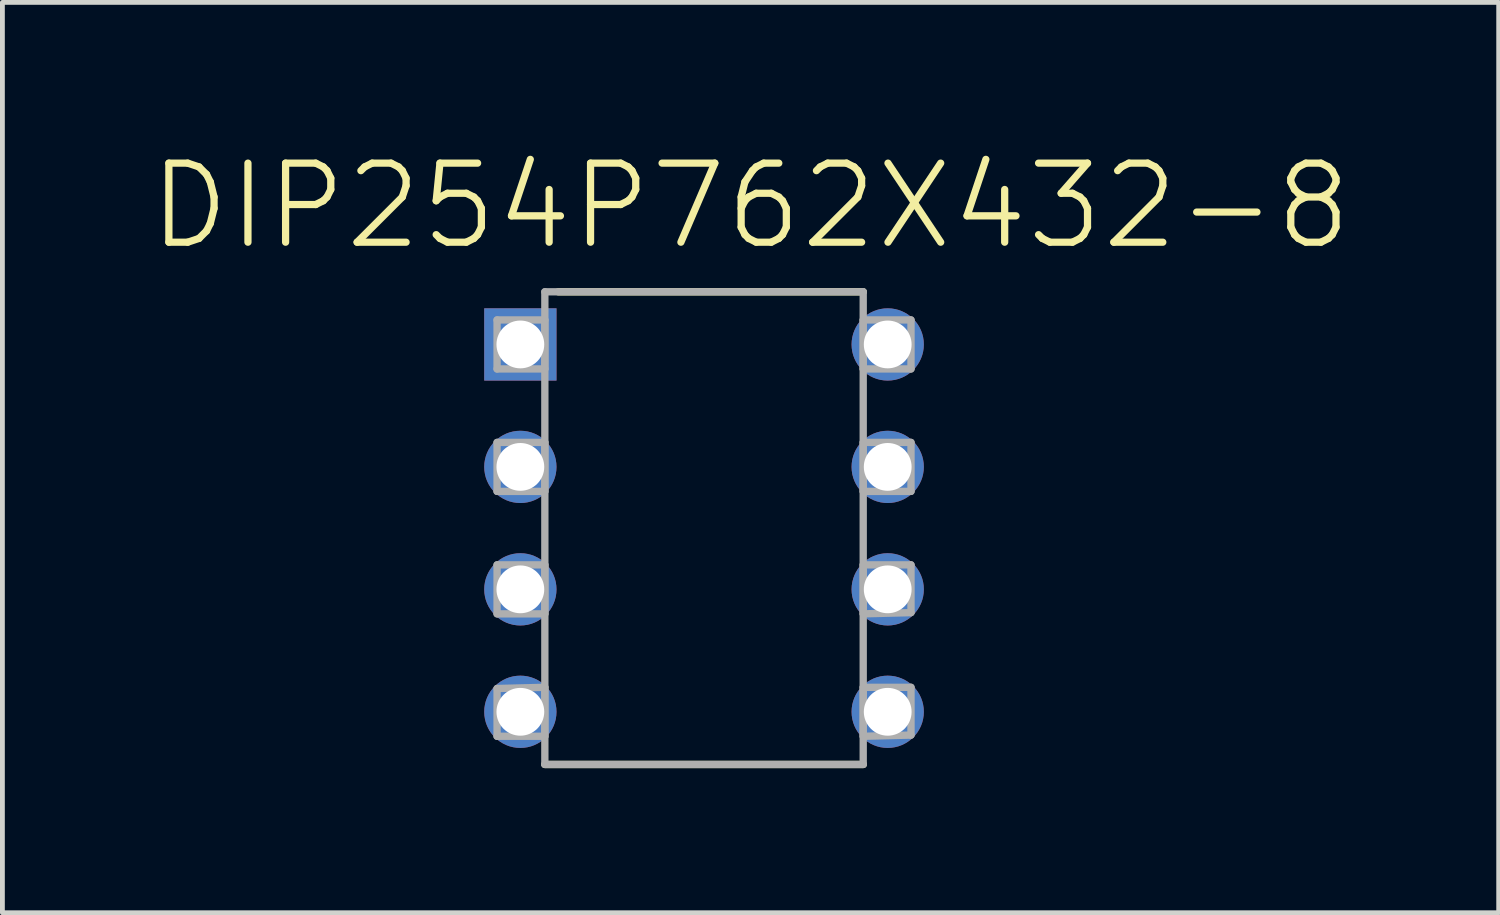
<source format=kicad_pcb>
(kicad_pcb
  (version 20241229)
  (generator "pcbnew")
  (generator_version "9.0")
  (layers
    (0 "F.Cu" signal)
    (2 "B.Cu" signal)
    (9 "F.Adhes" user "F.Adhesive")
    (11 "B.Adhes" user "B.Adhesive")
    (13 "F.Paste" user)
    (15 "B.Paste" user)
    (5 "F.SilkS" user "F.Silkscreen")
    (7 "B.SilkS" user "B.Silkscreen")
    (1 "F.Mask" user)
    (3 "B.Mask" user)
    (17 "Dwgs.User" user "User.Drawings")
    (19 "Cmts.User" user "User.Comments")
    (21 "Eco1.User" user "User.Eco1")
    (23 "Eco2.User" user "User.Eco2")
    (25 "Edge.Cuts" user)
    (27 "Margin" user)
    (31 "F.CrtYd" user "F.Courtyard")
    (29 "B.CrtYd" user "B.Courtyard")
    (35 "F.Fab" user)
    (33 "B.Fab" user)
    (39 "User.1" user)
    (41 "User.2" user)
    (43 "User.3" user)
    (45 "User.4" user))
  (footprint "DIP254P762X432-8"
    (layer "F.Cu")
    (at 15.364 11.715)
    (property "Reference" "DIP254P762X432-8" (at -2.845 -10.492 0) (layer "F.SilkS") (effects (font (size 1.64 1.64) (thickness 0.15))))
    (attr through_hole)
    (fp_line (start -7.112 1.092) (end -0.508 1.092) (stroke (width 0.152) (type solid)) (layer "F.SilkS"))
    (fp_line (start -0.508 -8.712) (end -6.833 -8.712) (stroke (width 0.152) (type solid)) (layer "F.SilkS"))
    (fp_line (start -8.103 -8.128) (end -8.103 -7.112) (stroke (width 0.152) (type solid)) (layer "F.Fab"))
    (fp_line (start -8.103 -7.112) (end -7.112 -7.112) (stroke (width 0.152) (type solid)) (layer "F.Fab"))
    (fp_line (start -8.103 -5.588) (end -8.103 -4.572) (stroke (width 0.152) (type solid)) (layer "F.Fab"))
    (fp_line (start -8.103 -4.572) (end -7.112 -4.572) (stroke (width 0.152) (type solid)) (layer "F.Fab"))
    (fp_line (start -8.103 -3.048) (end -8.103 -2.032) (stroke (width 0.152) (type solid)) (layer "F.Fab"))
    (fp_line (start -8.103 -2.032) (end -7.112 -2.032) (stroke (width 0.152) (type solid)) (layer "F.Fab"))
    (fp_line (start -8.103 -0.483) (end -8.103 0.508) (stroke (width 0.152) (type solid)) (layer "F.Fab"))
    (fp_line (start -8.103 0.508) (end -7.112 0.508) (stroke (width 0.152) (type solid)) (layer "F.Fab"))
    (fp_line (start -7.112 -8.712) (end -7.112 1.092) (stroke (width 0.152) (type solid)) (layer "F.Fab"))
    (fp_line (start -7.112 -8.128) (end -8.103 -8.128) (stroke (width 0.152) (type solid)) (layer "F.Fab"))
    (fp_line (start -7.112 -7.112) (end -7.112 -8.128) (stroke (width 0.152) (type solid)) (layer "F.Fab"))
    (fp_line (start -7.112 -5.588) (end -8.103 -5.588) (stroke (width 0.152) (type solid)) (layer "F.Fab"))
    (fp_line (start -7.112 -4.572) (end -7.112 -5.588) (stroke (width 0.152) (type solid)) (layer "F.Fab"))
    (fp_line (start -7.112 -3.048) (end -8.103 -3.048) (stroke (width 0.152) (type solid)) (layer "F.Fab"))
    (fp_line (start -7.112 -2.032) (end -7.112 -3.048) (stroke (width 0.152) (type solid)) (layer "F.Fab"))
    (fp_line (start -7.112 -0.508) (end -8.103 -0.483) (stroke (width 0.152) (type solid)) (layer "F.Fab"))
    (fp_line (start -7.112 0.508) (end -7.112 -0.508) (stroke (width 0.152) (type solid)) (layer "F.Fab"))
    (fp_line (start -7.112 1.092) (end -0.508 1.092) (stroke (width 0.152) (type solid)) (layer "F.Fab"))
    (fp_line (start -0.508 -8.712) (end -7.112 -8.712) (stroke (width 0.152) (type solid)) (layer "F.Fab"))
    (fp_line (start -0.508 -8.128) (end -0.508 -7.112) (stroke (width 0.152) (type solid)) (layer "F.Fab"))
    (fp_line (start -0.508 -7.112) (end 0.483 -7.112) (stroke (width 0.152) (type solid)) (layer "F.Fab"))
    (fp_line (start -0.508 -5.588) (end -0.508 -4.572) (stroke (width 0.152) (type solid)) (layer "F.Fab"))
    (fp_line (start -0.508 -4.572) (end 0.483 -4.572) (stroke (width 0.152) (type solid)) (layer "F.Fab"))
    (fp_line (start -0.508 -3.048) (end -0.508 -2.032) (stroke (width 0.152) (type solid)) (layer "F.Fab"))
    (fp_line (start -0.508 -2.032) (end 0.483 -2.057) (stroke (width 0.152) (type solid)) (layer "F.Fab"))
    (fp_line (start -0.508 -0.508) (end -0.508 0.508) (stroke (width 0.152) (type solid)) (layer "F.Fab"))
    (fp_line (start -0.508 0.508) (end 0.483 0.483) (stroke (width 0.152) (type solid)) (layer "F.Fab"))
    (fp_line (start -0.508 1.092) (end -0.508 -8.712) (stroke (width 0.152) (type solid)) (layer "F.Fab"))
    (fp_line (start 0.483 -8.128) (end -0.508 -8.128) (stroke (width 0.152) (type solid)) (layer "F.Fab"))
    (fp_line (start 0.483 -7.112) (end 0.483 -8.128) (stroke (width 0.152) (type solid)) (layer "F.Fab"))
    (fp_line (start 0.483 -5.588) (end -0.508 -5.588) (stroke (width 0.152) (type solid)) (layer "F.Fab"))
    (fp_line (start 0.483 -4.572) (end 0.483 -5.588) (stroke (width 0.152) (type solid)) (layer "F.Fab"))
    (fp_line (start 0.483 -3.048) (end -0.508 -3.048) (stroke (width 0.152) (type solid)) (layer "F.Fab"))
    (fp_line (start 0.483 -2.057) (end 0.483 -3.048) (stroke (width 0.152) (type solid)) (layer "F.Fab"))
    (fp_line (start 0.483 -0.508) (end -0.508 -0.508) (stroke (width 0.152) (type solid)) (layer "F.Fab"))
    (fp_line (start 0.483 0.483) (end 0.483 -0.508) (stroke (width 0.152) (type solid)) (layer "F.Fab"))
    (pad "1" thru_hole rect (at -7.62 -7.62) (size 1.499 1.499) (drill 0.991) (layers "*.Cu" "*.Mask"))
    (pad "2" thru_hole circle (at -7.62 -5.08) (size 1.499 1.499) (drill 0.991) (layers "*.Cu" "*.Mask"))
    (pad "3" thru_hole circle (at -7.62 -2.54) (size 1.499 1.499) (drill 0.991) (layers "*.Cu" "*.Mask"))
    (pad "4" thru_hole circle (at -7.62 0) (size 1.499 1.499) (drill 0.991) (layers "*.Cu" "*.Mask"))
    (pad "5" thru_hole circle (at 0 0) (size 1.499 1.499) (drill 0.991) (layers "*.Cu" "*.Mask"))
    (pad "6" thru_hole circle (at 0 -2.54) (size 1.499 1.499) (drill 0.991) (layers "*.Cu" "*.Mask"))
    (pad "7" thru_hole circle (at 0 -5.08) (size 1.499 1.499) (drill 0.991) (layers "*.Cu" "*.Mask"))
    (pad "8" thru_hole circle (at 0 -7.62) (size 1.499 1.499) (drill 0.991) (layers "*.Cu" "*.Mask")))
  (gr_rect
    (start -3 -3)
    (end 28.038 15.883)
    (stroke (width 0.1) (type default))
    (fill no)
    (layer "Edge.Cuts")))
</source>
